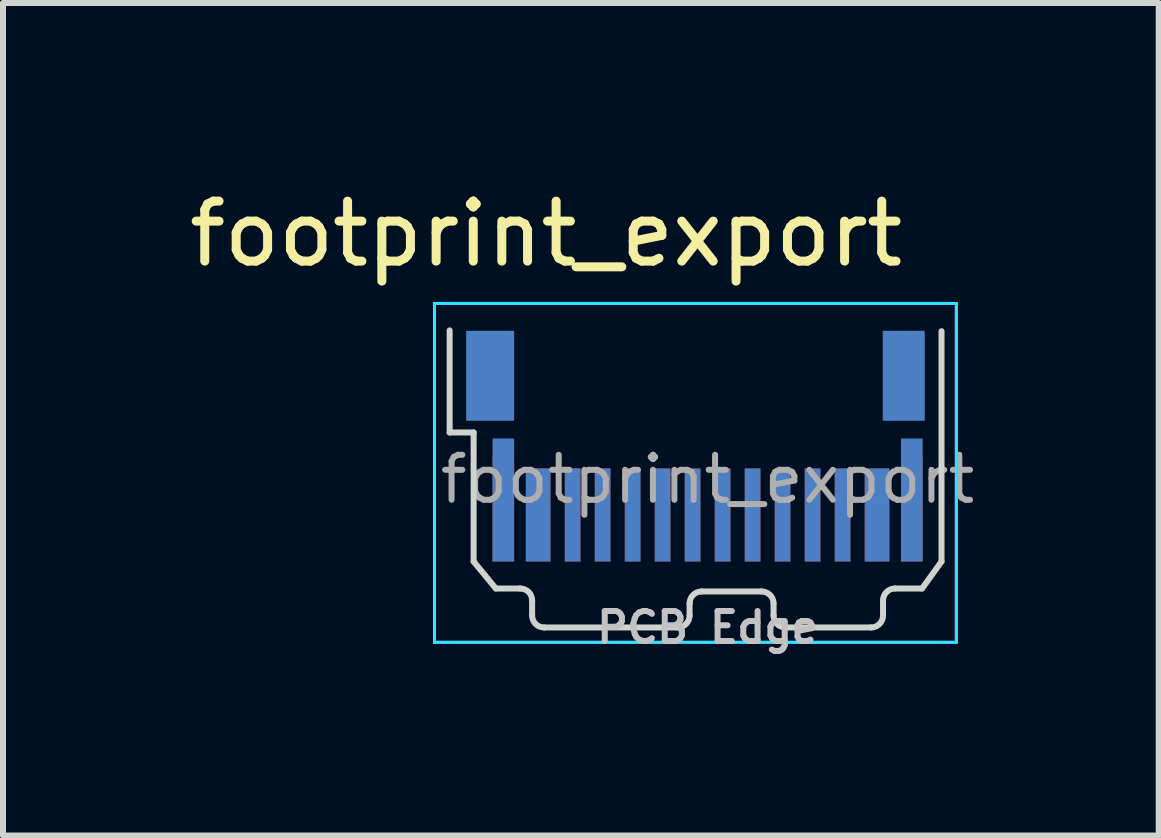
<source format=kicad_pcb>
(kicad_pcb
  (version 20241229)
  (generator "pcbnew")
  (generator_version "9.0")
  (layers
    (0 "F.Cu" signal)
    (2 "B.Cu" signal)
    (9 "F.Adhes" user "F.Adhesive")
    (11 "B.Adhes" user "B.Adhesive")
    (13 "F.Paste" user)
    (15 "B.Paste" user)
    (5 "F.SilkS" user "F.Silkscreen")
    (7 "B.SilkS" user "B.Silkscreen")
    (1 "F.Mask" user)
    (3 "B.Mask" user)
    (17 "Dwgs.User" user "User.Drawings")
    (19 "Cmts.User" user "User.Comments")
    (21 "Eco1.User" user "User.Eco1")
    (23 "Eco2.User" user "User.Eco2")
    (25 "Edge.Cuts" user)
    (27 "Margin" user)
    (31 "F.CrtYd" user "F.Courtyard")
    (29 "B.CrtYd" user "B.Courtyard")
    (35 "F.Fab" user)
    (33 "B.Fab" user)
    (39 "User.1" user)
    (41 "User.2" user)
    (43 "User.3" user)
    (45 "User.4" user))
  (footprint "footprint_export"
    (layer "F.Cu")
    (at 8.746 4.388)
    (property "Reference" "footprint_export" (at -2.692 -3.54 0) (layer "F.SilkS") (effects (font (size 1 1) (thickness 0.15))))
    (attr smd)
    (fp_line (start -4.3 -1.93) (end -4.3 -0.228) (stroke (width 0.1) (type solid)) (layer "Edge.Cuts"))
    (fp_line (start -4.3 -0.228) (end -3.9 -0.228) (stroke (width 0.1) (type solid)) (layer "Edge.Cuts"))
    (fp_line (start -3.9 1.923) (end -3.9 -0.228) (stroke (width 0.1) (type solid)) (layer "Edge.Cuts"))
    (fp_line (start -3.53 2.373) (end -3.9 1.923) (stroke (width 0.1) (type solid)) (layer "Edge.Cuts"))
    (fp_line (start -3.125 2.373) (end -3.53 2.373) (stroke (width 0.1) (type solid)) (layer "Edge.Cuts"))
    (fp_line (start -2.925 2.822) (end -2.925 2.572) (stroke (width 0.1) (type solid)) (layer "Edge.Cuts"))
    (fp_line (start -0.5 3.022) (end -2.725 3.022) (stroke (width 0.1) (type solid)) (layer "Edge.Cuts"))
    (fp_line (start -0.3 2.623) (end -0.3 2.822) (stroke (width 0.1) (type solid)) (layer "Edge.Cuts"))
    (fp_line (start -0.1 2.422) (end 0.9 2.422) (stroke (width 0.1) (type solid)) (layer "Edge.Cuts"))
    (fp_line (start 1.1 2.822) (end 1.1 2.623) (stroke (width 0.1) (type solid)) (layer "Edge.Cuts"))
    (fp_line (start 1.3 3.022) (end 2.725 3.022) (stroke (width 0.1) (type solid)) (layer "Edge.Cuts"))
    (fp_line (start 2.925 2.822) (end 2.925 2.572) (stroke (width 0.1) (type solid)) (layer "Edge.Cuts"))
    (fp_line (start 3.125 2.373) (end 3.575 2.373) (stroke (width 0.1) (type solid)) (layer "Edge.Cuts"))
    (fp_line (start 3.575 2.373) (end 3.9 1.923) (stroke (width 0.1) (type solid)) (layer "Edge.Cuts"))
    (fp_line (start 3.9 1.923) (end 3.9 -1.917) (stroke (width 0.1) (type solid)) (layer "Edge.Cuts"))
    (fp_arc (start -3.125 2.3725) (mid -2.983579 2.431079) (end -2.925 2.5725) (stroke (width 0.1) (type solid)) (layer "Edge.Cuts"))
    (fp_arc (start -2.725 3.0225) (mid -2.866421 2.963921) (end -2.925 2.8225) (stroke (width 0.1) (type solid)) (layer "Edge.Cuts"))
    (fp_arc (start -0.3 2.6225) (mid -0.241421 2.481079) (end -0.1 2.4225) (stroke (width 0.1) (type solid)) (layer "Edge.Cuts"))
    (fp_arc (start -0.3 2.8225) (mid -0.358579 2.963921) (end -0.5 3.0225) (stroke (width 0.1) (type solid)) (layer "Edge.Cuts"))
    (fp_arc (start 0.9 2.4225) (mid 1.041421 2.481079) (end 1.1 2.6225) (stroke (width 0.1) (type solid)) (layer "Edge.Cuts"))
    (fp_arc (start 1.3 3.0225) (mid 1.158579 2.963921) (end 1.1 2.8225) (stroke (width 0.1) (type solid)) (layer "Edge.Cuts"))
    (fp_arc (start 2.925 2.5725) (mid 2.983579 2.431079) (end 3.125 2.3725) (stroke (width 0.1) (type solid)) (layer "Edge.Cuts"))
    (fp_arc (start 2.925 2.8225) (mid 2.866421 2.963921) (end 2.725 3.0225) (stroke (width 0.1) (type solid)) (layer "Edge.Cuts"))
    (fp_line (start -4.553 -2.38) (end 4.147 -2.38) (stroke (width 0.05) (type solid)) (layer "B.CrtYd"))
    (fp_line (start -4.553 3.27) (end -4.553 -2.38) (stroke (width 0.05) (type solid)) (layer "B.CrtYd"))
    (fp_line (start 4.147 -2.38) (end 4.147 3.27) (stroke (width 0.05) (type solid)) (layer "B.CrtYd"))
    (fp_line (start 4.147 3.27) (end -4.553 3.27) (stroke (width 0.05) (type solid)) (layer "B.CrtYd"))
    (fp_line (start -4.553 -2.38) (end 4.147 -2.38) (stroke (width 0.05) (type solid)) (layer "F.CrtYd"))
    (fp_line (start -4.553 3.27) (end -4.553 -2.38) (stroke (width 0.05) (type solid)) (layer "F.CrtYd"))
    (fp_line (start 4.147 -2.38) (end 4.147 3.27) (stroke (width 0.05) (type solid)) (layer "F.CrtYd"))
    (fp_line (start 4.147 3.27) (end -4.553 3.27) (stroke (width 0.05) (type solid)) (layer "F.CrtYd"))
    (fp_text user "PCB Edge" (at 0 3.022 0) (layer "Dwgs.User") (effects (font (size 0.5 0.5) (thickness 0.1))))
    (fp_text user "${REFERENCE}" (at 0 0.552 0) (layer "F.Fab") (effects (font (size 0.75 0.75) (thickness 0.1))))
    (pad "" smd rect (at -3.405 1.048) (size 0.36 1.75) (layers "F.Cu" "F.Mask"))
    (pad "" smd rect (at 3.405 1.048) (size 0.36 1.75) (layers "F.Cu" "F.Mask"))
    (pad "A1" smd rect (at 2.825 1.147) (size 0.41 1.55) (layers "F.Cu" "F.Mask" "F.Paste"))
    (pad "A2" smd rect (at 2.25 1.147) (size 0.26 1.55) (layers "F.Cu" "F.Mask" "F.Paste"))
    (pad "A3" smd rect (at 1.75 1.147) (size 0.26 1.55) (layers "F.Cu" "F.Mask" "F.Paste"))
    (pad "A4" smd rect (at 1.25 1.147) (size 0.26 1.55) (layers "F.Cu" "F.Mask" "F.Paste"))
    (pad "A5" smd rect (at 0.75 1.147) (size 0.26 1.55) (layers "F.Cu" "F.Mask" "F.Paste"))
    (pad "A6" smd rect (at 0.25 1.147 180) (size 0.26 1.55) (layers "F.Cu" "F.Mask" "F.Paste"))
    (pad "A7" smd rect (at -0.25 1.147 180) (size 0.26 1.55) (layers "F.Cu" "F.Mask" "F.Paste"))
    (pad "A8" smd rect (at -0.75 1.147) (size 0.26 1.55) (layers "F.Cu" "F.Mask" "F.Paste"))
    (pad "A9" smd rect (at -1.25 1.147) (size 0.26 1.55) (layers "F.Cu" "F.Mask" "F.Paste"))
    (pad "A10" smd rect (at -1.75 1.147) (size 0.26 1.55) (layers "F.Cu" "F.Mask" "F.Paste"))
    (pad "A11" smd rect (at -2.25 1.147) (size 0.26 1.55) (layers "F.Cu" "F.Mask" "F.Paste"))
    (pad "A12" smd rect (at -2.825 1.147) (size 0.41 1.55) (layers "F.Cu" "F.Mask" "F.Paste"))
    (pad "B1" smd rect (at -2.825 1.147) (size 0.41 1.55) (layers "B.Cu" "B.Mask" "B.Paste"))
    (pad "B2" smd rect (at -2.25 1.147) (size 0.26 1.55) (layers "B.Cu" "B.Mask" "B.Paste"))
    (pad "B3" smd rect (at -1.75 1.147) (size 0.26 1.55) (layers "B.Cu" "B.Mask" "B.Paste"))
    (pad "B4" smd rect (at -1.25 1.147) (size 0.26 1.55) (layers "B.Cu" "B.Mask" "B.Paste"))
    (pad "B5" smd rect (at -0.75 1.147) (size 0.26 1.55) (layers "B.Cu" "B.Mask" "B.Paste"))
    (pad "B6" smd rect (at -0.25 1.147 180) (size 0.26 1.55) (layers "B.Cu" "B.Mask" "B.Paste"))
    (pad "B7" smd rect (at 0.25 1.147) (size 0.26 1.55) (layers "B.Cu" "B.Mask" "B.Paste"))
    (pad "B8" smd rect (at 0.75 1.147) (size 0.26 1.55) (layers "B.Cu" "B.Mask" "B.Paste"))
    (pad "B9" smd rect (at 1.25 1.147) (size 0.26 1.55) (layers "B.Cu" "B.Mask" "B.Paste"))
    (pad "B10" smd rect (at 1.75 1.147) (size 0.26 1.55) (layers "B.Cu" "B.Mask" "B.Paste"))
    (pad "B11" smd rect (at 2.25 1.147) (size 0.26 1.55) (layers "B.Cu" "B.Mask" "B.Paste"))
    (pad "B12" smd rect (at 2.825 1.147) (size 0.41 1.55) (layers "B.Cu" "B.Mask" "B.Paste"))
    (pad "S1" smd rect (at -3.625 -1.173) (size 0.8 1.5) (layers "B.Cu" "B.Mask" "B.Paste"))
    (pad "S1" smd rect (at -3.405 0.897) (size 0.36 2.05) (layers "B.Cu" "B.Mask" "B.Paste"))
    (pad "S1" smd rect (at 3.27 -1.173 180) (size 0.7 1.5) (layers "B.Cu" "B.Mask" "B.Paste"))
    (pad "S1" smd rect (at 3.405 0.897) (size 0.36 2.05) (layers "B.Cu" "B.Mask" "B.Paste")))
  (gr_rect
    (start -3 -3)
    (end 16.267 10.879)
    (stroke (width 0.1) (type default))
    (fill no)
    (layer "Edge.Cuts")))
</source>
